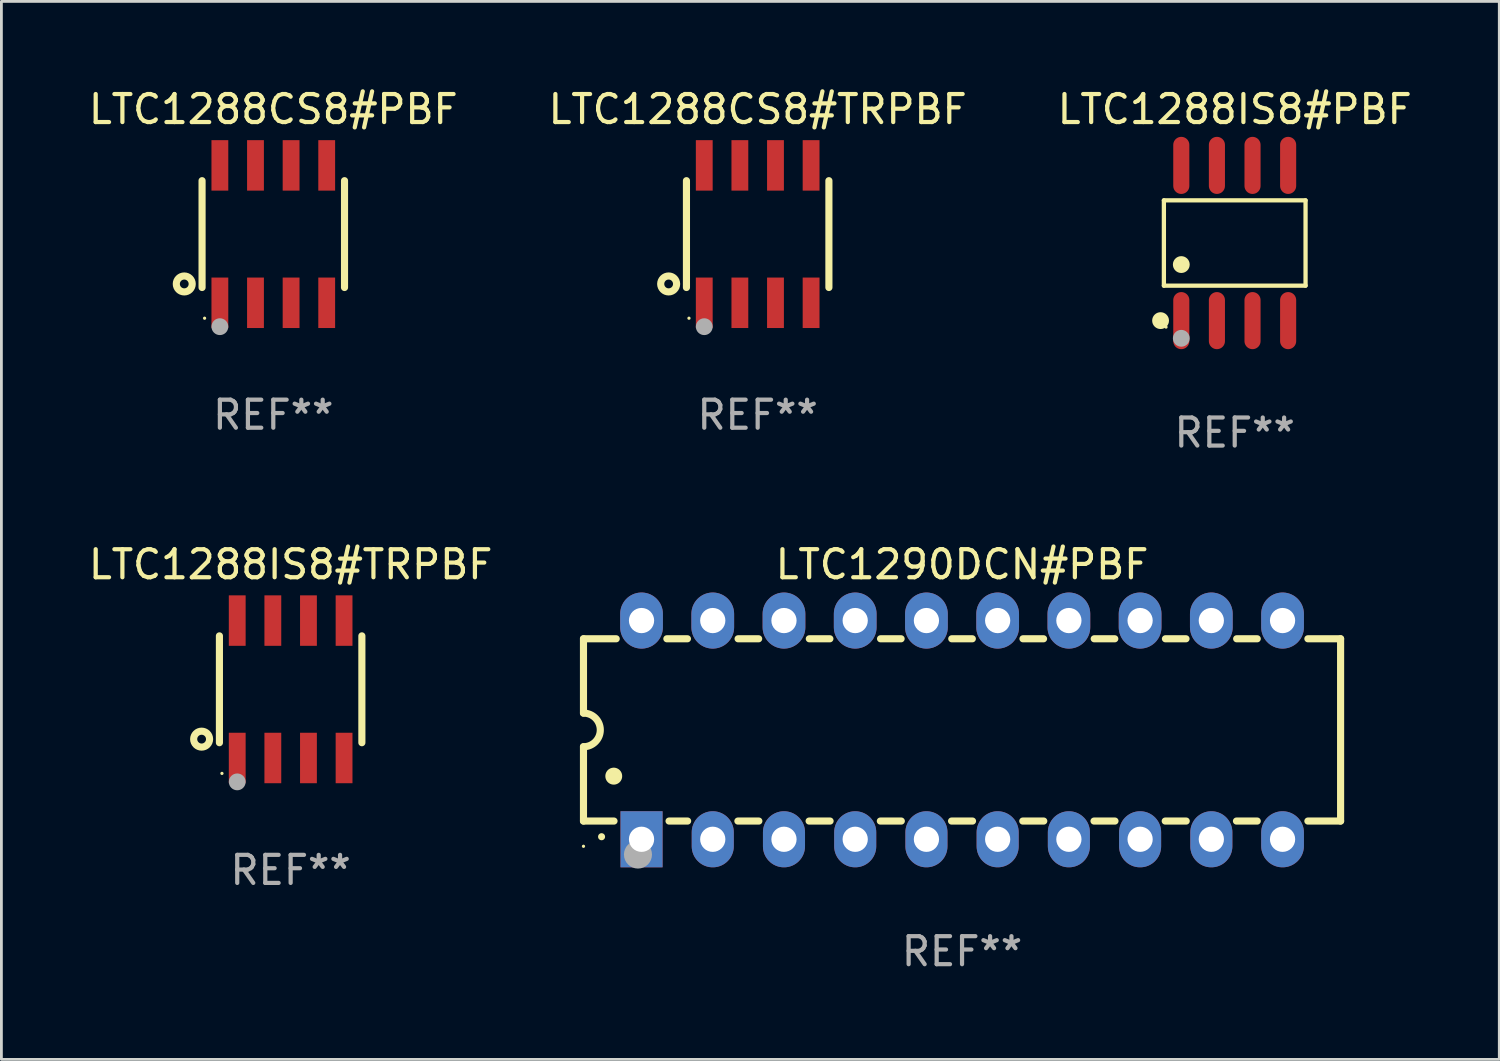
<source format=kicad_pcb>
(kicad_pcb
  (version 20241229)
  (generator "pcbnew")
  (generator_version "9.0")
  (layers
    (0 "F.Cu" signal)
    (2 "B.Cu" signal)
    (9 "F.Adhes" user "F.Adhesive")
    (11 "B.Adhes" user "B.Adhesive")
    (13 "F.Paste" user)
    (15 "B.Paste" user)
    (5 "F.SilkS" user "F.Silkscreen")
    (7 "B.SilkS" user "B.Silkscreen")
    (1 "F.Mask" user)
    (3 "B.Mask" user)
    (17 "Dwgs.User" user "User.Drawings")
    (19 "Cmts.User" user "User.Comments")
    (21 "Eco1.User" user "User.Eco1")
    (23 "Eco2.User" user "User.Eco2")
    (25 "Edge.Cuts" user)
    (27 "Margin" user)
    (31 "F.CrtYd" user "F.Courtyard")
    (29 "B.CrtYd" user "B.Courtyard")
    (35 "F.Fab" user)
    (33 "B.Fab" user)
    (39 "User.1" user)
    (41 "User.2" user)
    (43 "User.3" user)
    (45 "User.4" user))
  (footprint "LTC1288IS8#PBF"
    (layer "F.Cu")
    (at 40.982 5.616)
    (property "Reference" "LTC1288IS8#PBF" (at 0 -4.768 0) (layer "F.SilkS") (effects (font (size 1 1) (thickness 0.15))))
    (attr through_hole)
    (fp_line (start -2.526 -1.521) (end 2.526 -1.521) (stroke (width 0.152) (type solid)) (layer "F.SilkS"))
    (fp_line (start -2.526 1.521) (end -2.526 -1.521) (stroke (width 0.152) (type solid)) (layer "F.SilkS"))
    (fp_line (start 2.526 -1.521) (end 2.526 1.521) (stroke (width 0.152) (type solid)) (layer "F.SilkS"))
    (fp_line (start 2.526 1.521) (end -2.526 1.521) (stroke (width 0.152) (type solid)) (layer "F.SilkS"))
    (fp_circle (center -2.644 2.768) (end -2.494 2.768) (stroke (width 0.3) (type solid)) (fill no) (layer "F.SilkS"))
    (fp_circle (center -2.45 2.998) (end -2.42 2.998) (stroke (width 0.06) (type solid)) (fill no) (layer "F.SilkS"))
    (fp_circle (center -1.905 0.769) (end -1.755 0.769) (stroke (width 0.3) (type solid)) (fill no) (layer "F.SilkS"))
    (fp_circle (center -1.905 3.398) (end -1.755 3.398) (stroke (width 0.3) (type solid)) (fill no) (layer "F.Fab"))
    (fp_text user "REF**" (at 0 6.768 0) (layer "F.Fab") (effects (font (size 1 1) (thickness 0.15))))
    (pad "1" smd oval (at -1.905 2.768) (size 0.574 2.036) (layers "F.Cu" "F.Mask" "F.Paste"))
    (pad "2" smd oval (at -0.635 2.768) (size 0.574 2.036) (layers "F.Cu" "F.Mask" "F.Paste"))
    (pad "3" smd oval (at 0.635 2.768) (size 0.574 2.036) (layers "F.Cu" "F.Mask" "F.Paste"))
    (pad "4" smd oval (at 1.905 2.768) (size 0.574 2.036) (layers "F.Cu" "F.Mask" "F.Paste"))
    (pad "5" smd oval (at 1.905 -2.768) (size 0.574 2.036) (layers "F.Cu" "F.Mask" "F.Paste"))
    (pad "6" smd oval (at 0.635 -2.768) (size 0.574 2.036) (layers "F.Cu" "F.Mask" "F.Paste"))
    (pad "7" smd oval (at -0.635 -2.768) (size 0.574 2.036) (layers "F.Cu" "F.Mask" "F.Paste"))
    (pad "8" smd oval (at -1.905 -2.768) (size 0.574 2.036) (layers "F.Cu" "F.Mask" "F.Paste")))
  (footprint "LTC1288IS8#TRPBF"
    (layer "F.Cu")
    (at 7.315 21.531)
    (property "Reference" "LTC1288IS8#TRPBF" (at 0 -4.45 0) (layer "F.SilkS") (effects (font (size 1 1) (thickness 0.15))))
    (attr through_hole)
    (fp_line (start -2.54 -1.905) (end -2.54 1.905) (stroke (width 0.254) (type solid)) (layer "F.SilkS"))
    (fp_line (start 2.54 -1.905) (end 2.54 1.905) (stroke (width 0.254) (type solid)) (layer "F.SilkS"))
    (fp_circle (center -3.175 1.778) (end -2.891 1.778) (stroke (width 0.254) (type solid)) (fill no) (layer "F.SilkS"))
    (fp_circle (center -2.45 3) (end -2.42 3) (stroke (width 0.06) (type solid)) (fill no) (layer "F.SilkS"))
    (fp_circle (center -1.905 3.302) (end -1.755 3.302) (stroke (width 0.3) (type solid)) (fill no) (layer "F.Fab"))
    (fp_text user "REF**" (at 0 6.45 0) (layer "F.Fab") (effects (font (size 1 1) (thickness 0.15))))
    (pad "1" smd rect (at -1.905 2.45) (size 0.6 1.8) (layers "F.Cu" "F.Mask" "F.Paste"))
    (pad "2" smd rect (at -0.635 2.45) (size 0.6 1.8) (layers "F.Cu" "F.Mask" "F.Paste"))
    (pad "3" smd rect (at 0.635 2.45) (size 0.6 1.8) (layers "F.Cu" "F.Mask" "F.Paste"))
    (pad "4" smd rect (at 1.905 2.45) (size 0.6 1.8) (layers "F.Cu" "F.Mask" "F.Paste"))
    (pad "5" smd rect (at 1.905 -2.45 180) (size 0.6 1.8) (layers "F.Cu" "F.Mask" "F.Paste"))
    (pad "6" smd rect (at 0.635 -2.45 180) (size 0.6 1.8) (layers "F.Cu" "F.Mask" "F.Paste"))
    (pad "7" smd rect (at -0.635 -2.45 180) (size 0.6 1.8) (layers "F.Cu" "F.Mask" "F.Paste"))
    (pad "8" smd rect (at -1.905 -2.45 180) (size 0.6 1.8) (layers "F.Cu" "F.Mask" "F.Paste")))
  (footprint "LTC1290DCN#PBF"
    (layer "F.Cu")
    (at 31.258 22.98)
    (property "Reference" "LTC1290DCN#PBF" (at 0 -5.9 0) (layer "F.SilkS") (effects (font (size 1 1) (thickness 0.15))))
    (attr through_hole)
    (fp_line (start -13.5 -3.25) (end -12.333 -3.25) (stroke (width 0.254) (type solid)) (layer "F.SilkS"))
    (fp_line (start -13.5 -0.6) (end -13.5 -3.25) (stroke (width 0.254) (type solid)) (layer "F.SilkS"))
    (fp_line (start -13.5 3.25) (end -13.5 0.6) (stroke (width 0.254) (type solid)) (layer "F.SilkS"))
    (fp_line (start -13.5 3.25) (end -12.411 3.25) (stroke (width 0.254) (type solid)) (layer "F.SilkS"))
    (fp_line (start -10.527 -3.25) (end -9.793 -3.25) (stroke (width 0.254) (type solid)) (layer "F.SilkS"))
    (fp_line (start -10.449 3.25) (end -9.786 3.25) (stroke (width 0.254) (type solid)) (layer "F.SilkS"))
    (fp_line (start -7.994 3.25) (end -7.246 3.25) (stroke (width 0.254) (type solid)) (layer "F.SilkS"))
    (fp_line (start -7.987 -3.25) (end -7.253 -3.25) (stroke (width 0.254) (type solid)) (layer "F.SilkS"))
    (fp_line (start -5.454 3.25) (end -4.706 3.25) (stroke (width 0.254) (type solid)) (layer "F.SilkS"))
    (fp_line (start -5.447 -3.25) (end -4.713 -3.25) (stroke (width 0.254) (type solid)) (layer "F.SilkS"))
    (fp_line (start -2.914 3.25) (end -2.166 3.25) (stroke (width 0.254) (type solid)) (layer "F.SilkS"))
    (fp_line (start -2.907 -3.25) (end -2.173 -3.25) (stroke (width 0.254) (type solid)) (layer "F.SilkS"))
    (fp_line (start -0.374 3.25) (end 0.374 3.25) (stroke (width 0.254) (type solid)) (layer "F.SilkS"))
    (fp_line (start -0.367 -3.25) (end 0.367 -3.25) (stroke (width 0.254) (type solid)) (layer "F.SilkS"))
    (fp_line (start 2.166 3.25) (end 2.914 3.25) (stroke (width 0.254) (type solid)) (layer "F.SilkS"))
    (fp_line (start 2.173 -3.25) (end 2.907 -3.25) (stroke (width 0.254) (type solid)) (layer "F.SilkS"))
    (fp_line (start 4.706 3.25) (end 5.454 3.25) (stroke (width 0.254) (type solid)) (layer "F.SilkS"))
    (fp_line (start 4.713 -3.25) (end 5.447 -3.25) (stroke (width 0.254) (type solid)) (layer "F.SilkS"))
    (fp_line (start 7.246 3.25) (end 7.994 3.25) (stroke (width 0.254) (type solid)) (layer "F.SilkS"))
    (fp_line (start 7.253 -3.25) (end 7.987 -3.25) (stroke (width 0.254) (type solid)) (layer "F.SilkS"))
    (fp_line (start 9.786 3.25) (end 10.527 3.25) (stroke (width 0.254) (type solid)) (layer "F.SilkS"))
    (fp_line (start 9.793 -3.25) (end 10.527 -3.25) (stroke (width 0.254) (type solid)) (layer "F.SilkS"))
    (fp_line (start 12.333 -3.25) (end 13.5 -3.25) (stroke (width 0.254) (type solid)) (layer "F.SilkS"))
    (fp_line (start 12.333 3.25) (end 13.5 3.25) (stroke (width 0.254) (type solid)) (layer "F.SilkS"))
    (fp_line (start 13.5 -3.25) (end 13.5 3.25) (stroke (width 0.254) (type solid)) (layer "F.SilkS"))
    (fp_arc (start -13.500127 -0.599442) (mid -12.900406 0.000228) (end -13.500025 0.6) (stroke (width 0.254001) (type solid)) (layer "F.SilkS"))
    (fp_arc (start -12.854966 3.810008) (mid -12.854973 3.808738) (end -12.854966 3.807468) (stroke (width 0.25) (type solid)) (layer "F.SilkS"))
    (fp_arc (start -12.420625 1.651003) (mid -12.420636 1.648463) (end -12.420625 1.645923) (stroke (width 0.6) (type solid)) (layer "F.SilkS"))
    (fp_circle (center -13.5 4.15) (end -13.47 4.15) (stroke (width 0.06) (type solid)) (fill no) (layer "F.SilkS"))
    (fp_circle (center -11.557 4.445) (end -11.307 4.445) (stroke (width 0.5) (type solid)) (fill no) (layer "F.Fab"))
    (fp_text user "REF**" (at 0 7.9 0) (layer "F.Fab") (effects (font (size 1 1) (thickness 0.15))))
    (pad "1" thru_hole rect (at -11.43 3.9 90) (size 2 1.5) (drill 0.9) (layers "*.Cu" "*.Mask"))
    (pad "2" thru_hole oval (at -8.89 3.9 90) (size 2 1.5) (drill 0.9) (layers "*.Cu" "*.Mask"))
    (pad "3" thru_hole oval (at -6.35 3.9 90) (size 2 1.5) (drill 0.9) (layers "*.Cu" "*.Mask"))
    (pad "4" thru_hole oval (at -3.81 3.9 90) (size 2 1.5) (drill 0.9) (layers "*.Cu" "*.Mask"))
    (pad "5" thru_hole oval (at -1.27 3.9 90) (size 2 1.5) (drill 0.9) (layers "*.Cu" "*.Mask"))
    (pad "6" thru_hole oval (at 1.27 3.9 90) (size 2 1.5) (drill 0.9) (layers "*.Cu" "*.Mask"))
    (pad "7" thru_hole oval (at 3.81 3.9 90) (size 2 1.5) (drill 0.9) (layers "*.Cu" "*.Mask"))
    (pad "8" thru_hole oval (at 6.35 3.9 90) (size 2 1.5) (drill 0.9) (layers "*.Cu" "*.Mask"))
    (pad "9" thru_hole oval (at 8.89 3.9 90) (size 2 1.5) (drill 0.9) (layers "*.Cu" "*.Mask"))
    (pad "10" thru_hole oval (at 11.43 3.9 90) (size 2 1.524) (drill 0.9) (layers "*.Cu" "*.Mask"))
    (pad "11" thru_hole oval (at 11.43 -3.9 90) (size 2 1.524) (drill 0.9) (layers "*.Cu" "*.Mask"))
    (pad "12" thru_hole oval (at 8.89 -3.9 90) (size 2 1.524) (drill 0.9) (layers "*.Cu" "*.Mask"))
    (pad "13" thru_hole oval (at 6.35 -3.9 90) (size 2 1.524) (drill 0.9) (layers "*.Cu" "*.Mask"))
    (pad "14" thru_hole oval (at 3.81 -3.9 90) (size 2 1.524) (drill 0.9) (layers "*.Cu" "*.Mask"))
    (pad "15" thru_hole oval (at 1.27 -3.9 90) (size 2 1.524) (drill 0.9) (layers "*.Cu" "*.Mask"))
    (pad "16" thru_hole oval (at -1.27 -3.9 90) (size 2 1.524) (drill 0.9) (layers "*.Cu" "*.Mask"))
    (pad "17" thru_hole oval (at -3.81 -3.9 90) (size 2 1.524) (drill 0.9) (layers "*.Cu" "*.Mask"))
    (pad "18" thru_hole oval (at -6.35 -3.9 90) (size 2 1.524) (drill 0.9) (layers "*.Cu" "*.Mask"))
    (pad "19" thru_hole oval (at -8.89 -3.9 90) (size 2 1.524) (drill 0.9) (layers "*.Cu" "*.Mask"))
    (pad "20" thru_hole oval (at -11.43 -3.9 90) (size 2 1.524) (drill 0.9) (layers "*.Cu" "*.Mask")))
  (footprint "LTC1288CS8#TRPBF"
    (layer "F.Cu")
    (at 23.97 5.298)
    (property "Reference" "LTC1288CS8#TRPBF" (at 0 -4.45 0) (layer "F.SilkS") (effects (font (size 1 1) (thickness 0.15))))
    (attr through_hole)
    (fp_line (start -2.54 -1.905) (end -2.54 1.905) (stroke (width 0.254) (type solid)) (layer "F.SilkS"))
    (fp_line (start 2.54 -1.905) (end 2.54 1.905) (stroke (width 0.254) (type solid)) (layer "F.SilkS"))
    (fp_circle (center -3.175 1.778) (end -2.891 1.778) (stroke (width 0.254) (type solid)) (fill no) (layer "F.SilkS"))
    (fp_circle (center -2.45 3) (end -2.42 3) (stroke (width 0.06) (type solid)) (fill no) (layer "F.SilkS"))
    (fp_circle (center -1.905 3.302) (end -1.755 3.302) (stroke (width 0.3) (type solid)) (fill no) (layer "F.Fab"))
    (fp_text user "REF**" (at 0 6.45 0) (layer "F.Fab") (effects (font (size 1 1) (thickness 0.15))))
    (pad "1" smd rect (at -1.905 2.45) (size 0.6 1.8) (layers "F.Cu" "F.Mask" "F.Paste"))
    (pad "2" smd rect (at -0.635 2.45) (size 0.6 1.8) (layers "F.Cu" "F.Mask" "F.Paste"))
    (pad "3" smd rect (at 0.635 2.45) (size 0.6 1.8) (layers "F.Cu" "F.Mask" "F.Paste"))
    (pad "4" smd rect (at 1.905 2.45) (size 0.6 1.8) (layers "F.Cu" "F.Mask" "F.Paste"))
    (pad "5" smd rect (at 1.905 -2.45 180) (size 0.6 1.8) (layers "F.Cu" "F.Mask" "F.Paste"))
    (pad "6" smd rect (at 0.635 -2.45 180) (size 0.6 1.8) (layers "F.Cu" "F.Mask" "F.Paste"))
    (pad "7" smd rect (at -0.635 -2.45 180) (size 0.6 1.8) (layers "F.Cu" "F.Mask" "F.Paste"))
    (pad "8" smd rect (at -1.905 -2.45 180) (size 0.6 1.8) (layers "F.Cu" "F.Mask" "F.Paste")))
  (footprint "LTC1288CS8#PBF"
    (layer "F.Cu")
    (at 6.696 5.298)
    (property "Reference" "LTC1288CS8#PBF" (at 0 -4.45 0) (layer "F.SilkS") (effects (font (size 1 1) (thickness 0.15))))
    (attr through_hole)
    (fp_line (start -2.54 -1.905) (end -2.54 1.905) (stroke (width 0.254) (type solid)) (layer "F.SilkS"))
    (fp_line (start 2.54 -1.905) (end 2.54 1.905) (stroke (width 0.254) (type solid)) (layer "F.SilkS"))
    (fp_circle (center -3.175 1.778) (end -2.891 1.778) (stroke (width 0.254) (type solid)) (fill no) (layer "F.SilkS"))
    (fp_circle (center -2.45 3) (end -2.42 3) (stroke (width 0.06) (type solid)) (fill no) (layer "F.SilkS"))
    (fp_circle (center -1.905 3.302) (end -1.755 3.302) (stroke (width 0.3) (type solid)) (fill no) (layer "F.Fab"))
    (fp_text user "REF**" (at 0 6.45 0) (layer "F.Fab") (effects (font (size 1 1) (thickness 0.15))))
    (pad "1" smd rect (at -1.905 2.45) (size 0.6 1.8) (layers "F.Cu" "F.Mask" "F.Paste"))
    (pad "2" smd rect (at -0.635 2.45) (size 0.6 1.8) (layers "F.Cu" "F.Mask" "F.Paste"))
    (pad "3" smd rect (at 0.635 2.45) (size 0.6 1.8) (layers "F.Cu" "F.Mask" "F.Paste"))
    (pad "4" smd rect (at 1.905 2.45) (size 0.6 1.8) (layers "F.Cu" "F.Mask" "F.Paste"))
    (pad "5" smd rect (at 1.905 -2.45 180) (size 0.6 1.8) (layers "F.Cu" "F.Mask" "F.Paste"))
    (pad "6" smd rect (at 0.635 -2.45 180) (size 0.6 1.8) (layers "F.Cu" "F.Mask" "F.Paste"))
    (pad "7" smd rect (at -0.635 -2.45 180) (size 0.6 1.8) (layers "F.Cu" "F.Mask" "F.Paste"))
    (pad "8" smd rect (at -1.905 -2.45 180) (size 0.6 1.8) (layers "F.Cu" "F.Mask" "F.Paste")))
  (gr_rect
    (start -3 -3)
    (end 50.417 34.729)
    (stroke (width 0.1) (type default))
    (fill no)
    (layer "Edge.Cuts")))
</source>
